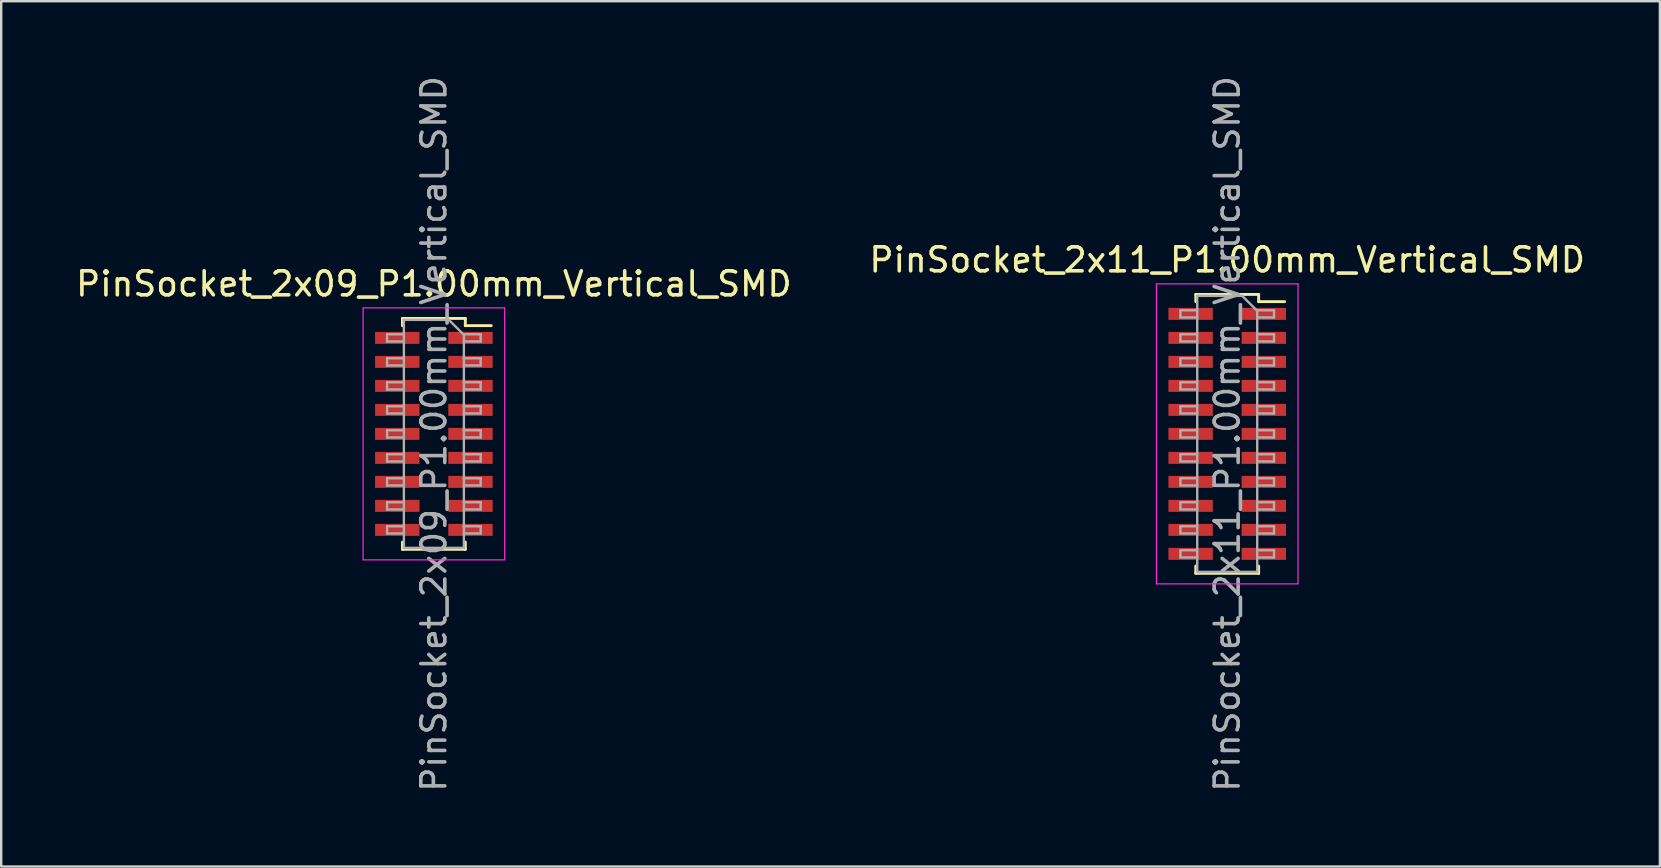
<source format=kicad_pcb>
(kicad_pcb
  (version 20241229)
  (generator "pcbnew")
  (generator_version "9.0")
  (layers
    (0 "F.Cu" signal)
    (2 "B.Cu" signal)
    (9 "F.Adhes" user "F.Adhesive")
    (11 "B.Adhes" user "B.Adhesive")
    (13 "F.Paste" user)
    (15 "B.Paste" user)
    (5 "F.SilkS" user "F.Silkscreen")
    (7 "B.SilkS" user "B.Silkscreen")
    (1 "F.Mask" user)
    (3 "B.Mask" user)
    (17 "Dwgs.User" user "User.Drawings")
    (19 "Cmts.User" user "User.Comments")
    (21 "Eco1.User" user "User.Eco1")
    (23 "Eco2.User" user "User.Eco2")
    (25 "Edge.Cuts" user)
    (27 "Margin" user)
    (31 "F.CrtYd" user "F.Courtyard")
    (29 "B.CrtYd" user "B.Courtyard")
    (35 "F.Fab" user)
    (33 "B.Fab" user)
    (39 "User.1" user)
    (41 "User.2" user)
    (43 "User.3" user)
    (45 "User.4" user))
  (footprint "PinSocket_2x09_P1.00mm_Vertical_SMD"
    (layer "F.Cu")
    (at 15.03 15.03)
    (property "Reference" "PinSocket_2x09_P1.00mm_Vertical_SMD" (at 0 -6.25 0) (layer "F.SilkS") (effects (font (size 1 1) (thickness 0.15))))
    (attr smd)
    (fp_line (start -1.31 -4.81) (end -1.31 -4.51) (stroke (width 0.12) (type solid)) (layer "F.SilkS"))
    (fp_line (start -1.31 -4.81) (end 1.31 -4.81) (stroke (width 0.12) (type solid)) (layer "F.SilkS"))
    (fp_line (start -1.31 4.51) (end -1.31 4.81) (stroke (width 0.12) (type solid)) (layer "F.SilkS"))
    (fp_line (start -1.31 4.81) (end 1.31 4.81) (stroke (width 0.12) (type solid)) (layer "F.SilkS"))
    (fp_line (start 1.31 -4.81) (end 1.31 -4.51) (stroke (width 0.12) (type solid)) (layer "F.SilkS"))
    (fp_line (start 1.31 -4.51) (end 2.39 -4.51) (stroke (width 0.12) (type solid)) (layer "F.SilkS"))
    (fp_line (start 1.31 4.51) (end 1.31 4.81) (stroke (width 0.12) (type solid)) (layer "F.SilkS"))
    (fp_line (start -2.95 -5.25) (end 2.95 -5.25) (stroke (width 0.05) (type solid)) (layer "F.CrtYd"))
    (fp_line (start -2.95 5.25) (end -2.95 -5.25) (stroke (width 0.05) (type solid)) (layer "F.CrtYd"))
    (fp_line (start 2.95 -5.25) (end 2.95 5.25) (stroke (width 0.05) (type solid)) (layer "F.CrtYd"))
    (fp_line (start 2.95 5.25) (end -2.95 5.25) (stroke (width 0.05) (type solid)) (layer "F.CrtYd"))
    (fp_line (start -1.95 -4.15) (end -1.25 -4.15) (stroke (width 0.1) (type solid)) (layer "F.Fab"))
    (fp_line (start -1.95 -3.85) (end -1.95 -4.15) (stroke (width 0.1) (type solid)) (layer "F.Fab"))
    (fp_line (start -1.95 -3.15) (end -1.25 -3.15) (stroke (width 0.1) (type solid)) (layer "F.Fab"))
    (fp_line (start -1.95 -2.85) (end -1.95 -3.15) (stroke (width 0.1) (type solid)) (layer "F.Fab"))
    (fp_line (start -1.95 -2.15) (end -1.25 -2.15) (stroke (width 0.1) (type solid)) (layer "F.Fab"))
    (fp_line (start -1.95 -1.85) (end -1.95 -2.15) (stroke (width 0.1) (type solid)) (layer "F.Fab"))
    (fp_line (start -1.95 -1.15) (end -1.25 -1.15) (stroke (width 0.1) (type solid)) (layer "F.Fab"))
    (fp_line (start -1.95 -0.85) (end -1.95 -1.15) (stroke (width 0.1) (type solid)) (layer "F.Fab"))
    (fp_line (start -1.95 -0.15) (end -1.25 -0.15) (stroke (width 0.1) (type solid)) (layer "F.Fab"))
    (fp_line (start -1.95 0.15) (end -1.95 -0.15) (stroke (width 0.1) (type solid)) (layer "F.Fab"))
    (fp_line (start -1.95 0.85) (end -1.25 0.85) (stroke (width 0.1) (type solid)) (layer "F.Fab"))
    (fp_line (start -1.95 1.15) (end -1.95 0.85) (stroke (width 0.1) (type solid)) (layer "F.Fab"))
    (fp_line (start -1.95 1.85) (end -1.25 1.85) (stroke (width 0.1) (type solid)) (layer "F.Fab"))
    (fp_line (start -1.95 2.15) (end -1.95 1.85) (stroke (width 0.1) (type solid)) (layer "F.Fab"))
    (fp_line (start -1.95 2.85) (end -1.25 2.85) (stroke (width 0.1) (type solid)) (layer "F.Fab"))
    (fp_line (start -1.95 3.15) (end -1.95 2.85) (stroke (width 0.1) (type solid)) (layer "F.Fab"))
    (fp_line (start -1.95 3.85) (end -1.25 3.85) (stroke (width 0.1) (type solid)) (layer "F.Fab"))
    (fp_line (start -1.95 4.15) (end -1.95 3.85) (stroke (width 0.1) (type solid)) (layer "F.Fab"))
    (fp_line (start -1.25 -4.75) (end 0.625 -4.75) (stroke (width 0.1) (type solid)) (layer "F.Fab"))
    (fp_line (start -1.25 -3.85) (end -1.95 -3.85) (stroke (width 0.1) (type solid)) (layer "F.Fab"))
    (fp_line (start -1.25 -2.85) (end -1.95 -2.85) (stroke (width 0.1) (type solid)) (layer "F.Fab"))
    (fp_line (start -1.25 -1.85) (end -1.95 -1.85) (stroke (width 0.1) (type solid)) (layer "F.Fab"))
    (fp_line (start -1.25 -0.85) (end -1.95 -0.85) (stroke (width 0.1) (type solid)) (layer "F.Fab"))
    (fp_line (start -1.25 0.15) (end -1.95 0.15) (stroke (width 0.1) (type solid)) (layer "F.Fab"))
    (fp_line (start -1.25 1.15) (end -1.95 1.15) (stroke (width 0.1) (type solid)) (layer "F.Fab"))
    (fp_line (start -1.25 2.15) (end -1.95 2.15) (stroke (width 0.1) (type solid)) (layer "F.Fab"))
    (fp_line (start -1.25 3.15) (end -1.95 3.15) (stroke (width 0.1) (type solid)) (layer "F.Fab"))
    (fp_line (start -1.25 4.15) (end -1.95 4.15) (stroke (width 0.1) (type solid)) (layer "F.Fab"))
    (fp_line (start -1.25 4.75) (end -1.25 -4.75) (stroke (width 0.1) (type solid)) (layer "F.Fab"))
    (fp_line (start 0.625 -4.75) (end 1.25 -4.125) (stroke (width 0.1) (type solid)) (layer "F.Fab"))
    (fp_line (start 1.25 -4.15) (end 1.95 -4.15) (stroke (width 0.1) (type solid)) (layer "F.Fab"))
    (fp_line (start 1.25 -4.125) (end 1.25 4.75) (stroke (width 0.1) (type solid)) (layer "F.Fab"))
    (fp_line (start 1.25 -3.15) (end 1.95 -3.15) (stroke (width 0.1) (type solid)) (layer "F.Fab"))
    (fp_line (start 1.25 -2.15) (end 1.95 -2.15) (stroke (width 0.1) (type solid)) (layer "F.Fab"))
    (fp_line (start 1.25 -1.15) (end 1.95 -1.15) (stroke (width 0.1) (type solid)) (layer "F.Fab"))
    (fp_line (start 1.25 -0.15) (end 1.95 -0.15) (stroke (width 0.1) (type solid)) (layer "F.Fab"))
    (fp_line (start 1.25 0.85) (end 1.95 0.85) (stroke (width 0.1) (type solid)) (layer "F.Fab"))
    (fp_line (start 1.25 1.85) (end 1.95 1.85) (stroke (width 0.1) (type solid)) (layer "F.Fab"))
    (fp_line (start 1.25 2.85) (end 1.95 2.85) (stroke (width 0.1) (type solid)) (layer "F.Fab"))
    (fp_line (start 1.25 3.85) (end 1.95 3.85) (stroke (width 0.1) (type solid)) (layer "F.Fab"))
    (fp_line (start 1.25 4.75) (end -1.25 4.75) (stroke (width 0.1) (type solid)) (layer "F.Fab"))
    (fp_line (start 1.95 -4.15) (end 1.95 -3.85) (stroke (width 0.1) (type solid)) (layer "F.Fab"))
    (fp_line (start 1.95 -3.85) (end 1.25 -3.85) (stroke (width 0.1) (type solid)) (layer "F.Fab"))
    (fp_line (start 1.95 -3.15) (end 1.95 -2.85) (stroke (width 0.1) (type solid)) (layer "F.Fab"))
    (fp_line (start 1.95 -2.85) (end 1.25 -2.85) (stroke (width 0.1) (type solid)) (layer "F.Fab"))
    (fp_line (start 1.95 -2.15) (end 1.95 -1.85) (stroke (width 0.1) (type solid)) (layer "F.Fab"))
    (fp_line (start 1.95 -1.85) (end 1.25 -1.85) (stroke (width 0.1) (type solid)) (layer "F.Fab"))
    (fp_line (start 1.95 -1.15) (end 1.95 -0.85) (stroke (width 0.1) (type solid)) (layer "F.Fab"))
    (fp_line (start 1.95 -0.85) (end 1.25 -0.85) (stroke (width 0.1) (type solid)) (layer "F.Fab"))
    (fp_line (start 1.95 -0.15) (end 1.95 0.15) (stroke (width 0.1) (type solid)) (layer "F.Fab"))
    (fp_line (start 1.95 0.15) (end 1.25 0.15) (stroke (width 0.1) (type solid)) (layer "F.Fab"))
    (fp_line (start 1.95 0.85) (end 1.95 1.15) (stroke (width 0.1) (type solid)) (layer "F.Fab"))
    (fp_line (start 1.95 1.15) (end 1.25 1.15) (stroke (width 0.1) (type solid)) (layer "F.Fab"))
    (fp_line (start 1.95 1.85) (end 1.95 2.15) (stroke (width 0.1) (type solid)) (layer "F.Fab"))
    (fp_line (start 1.95 2.15) (end 1.25 2.15) (stroke (width 0.1) (type solid)) (layer "F.Fab"))
    (fp_line (start 1.95 2.85) (end 1.95 3.15) (stroke (width 0.1) (type solid)) (layer "F.Fab"))
    (fp_line (start 1.95 3.15) (end 1.25 3.15) (stroke (width 0.1) (type solid)) (layer "F.Fab"))
    (fp_line (start 1.95 3.85) (end 1.95 4.15) (stroke (width 0.1) (type solid)) (layer "F.Fab"))
    (fp_line (start 1.95 4.15) (end 1.25 4.15) (stroke (width 0.1) (type solid)) (layer "F.Fab"))
    (fp_text user "${REFERENCE}" (at 0 0 90) (layer "F.Fab") (effects (font (size 1 1) (thickness 0.15))))
    (pad "1" smd rect (at 1.525 -4) (size 1.85 0.5) (layers "F.Cu" "F.Mask" "F.Paste"))
    (pad "2" smd rect (at -1.525 -4) (size 1.85 0.5) (layers "F.Cu" "F.Mask" "F.Paste"))
    (pad "3" smd rect (at 1.525 -3) (size 1.85 0.5) (layers "F.Cu" "F.Mask" "F.Paste"))
    (pad "4" smd rect (at -1.525 -3) (size 1.85 0.5) (layers "F.Cu" "F.Mask" "F.Paste"))
    (pad "5" smd rect (at 1.525 -2) (size 1.85 0.5) (layers "F.Cu" "F.Mask" "F.Paste"))
    (pad "6" smd rect (at -1.525 -2) (size 1.85 0.5) (layers "F.Cu" "F.Mask" "F.Paste"))
    (pad "7" smd rect (at 1.525 -1) (size 1.85 0.5) (layers "F.Cu" "F.Mask" "F.Paste"))
    (pad "8" smd rect (at -1.525 -1) (size 1.85 0.5) (layers "F.Cu" "F.Mask" "F.Paste"))
    (pad "9" smd rect (at 1.525 0) (size 1.85 0.5) (layers "F.Cu" "F.Mask" "F.Paste"))
    (pad "10" smd rect (at -1.525 0) (size 1.85 0.5) (layers "F.Cu" "F.Mask" "F.Paste"))
    (pad "11" smd rect (at 1.525 1) (size 1.85 0.5) (layers "F.Cu" "F.Mask" "F.Paste"))
    (pad "12" smd rect (at -1.525 1) (size 1.85 0.5) (layers "F.Cu" "F.Mask" "F.Paste"))
    (pad "13" smd rect (at 1.525 2) (size 1.85 0.5) (layers "F.Cu" "F.Mask" "F.Paste"))
    (pad "14" smd rect (at -1.525 2) (size 1.85 0.5) (layers "F.Cu" "F.Mask" "F.Paste"))
    (pad "15" smd rect (at 1.525 3) (size 1.85 0.5) (layers "F.Cu" "F.Mask" "F.Paste"))
    (pad "16" smd rect (at -1.525 3) (size 1.85 0.5) (layers "F.Cu" "F.Mask" "F.Paste"))
    (pad "17" smd rect (at 1.525 4) (size 1.85 0.5) (layers "F.Cu" "F.Mask" "F.Paste"))
    (pad "18" smd rect (at -1.525 4) (size 1.85 0.5) (layers "F.Cu" "F.Mask" "F.Paste")))
  (footprint "PinSocket_2x11_P1.00mm_Vertical_SMD"
    (layer "F.Cu")
    (at 48.089 15.03)
    (property "Reference" "PinSocket_2x11_P1.00mm_Vertical_SMD" (at 0 -7.25 0) (layer "F.SilkS") (effects (font (size 1 1) (thickness 0.15))))
    (attr smd)
    (fp_line (start -1.31 -5.81) (end -1.31 -5.51) (stroke (width 0.12) (type solid)) (layer "F.SilkS"))
    (fp_line (start -1.31 -5.81) (end 1.31 -5.81) (stroke (width 0.12) (type solid)) (layer "F.SilkS"))
    (fp_line (start -1.31 5.51) (end -1.31 5.81) (stroke (width 0.12) (type solid)) (layer "F.SilkS"))
    (fp_line (start -1.31 5.81) (end 1.31 5.81) (stroke (width 0.12) (type solid)) (layer "F.SilkS"))
    (fp_line (start 1.31 -5.81) (end 1.31 -5.51) (stroke (width 0.12) (type solid)) (layer "F.SilkS"))
    (fp_line (start 1.31 -5.51) (end 2.39 -5.51) (stroke (width 0.12) (type solid)) (layer "F.SilkS"))
    (fp_line (start 1.31 5.51) (end 1.31 5.81) (stroke (width 0.12) (type solid)) (layer "F.SilkS"))
    (fp_line (start -2.95 -6.25) (end 2.95 -6.25) (stroke (width 0.05) (type solid)) (layer "F.CrtYd"))
    (fp_line (start -2.95 6.25) (end -2.95 -6.25) (stroke (width 0.05) (type solid)) (layer "F.CrtYd"))
    (fp_line (start 2.95 -6.25) (end 2.95 6.25) (stroke (width 0.05) (type solid)) (layer "F.CrtYd"))
    (fp_line (start 2.95 6.25) (end -2.95 6.25) (stroke (width 0.05) (type solid)) (layer "F.CrtYd"))
    (fp_line (start -1.95 -5.15) (end -1.25 -5.15) (stroke (width 0.1) (type solid)) (layer "F.Fab"))
    (fp_line (start -1.95 -4.85) (end -1.95 -5.15) (stroke (width 0.1) (type solid)) (layer "F.Fab"))
    (fp_line (start -1.95 -4.15) (end -1.25 -4.15) (stroke (width 0.1) (type solid)) (layer "F.Fab"))
    (fp_line (start -1.95 -3.85) (end -1.95 -4.15) (stroke (width 0.1) (type solid)) (layer "F.Fab"))
    (fp_line (start -1.95 -3.15) (end -1.25 -3.15) (stroke (width 0.1) (type solid)) (layer "F.Fab"))
    (fp_line (start -1.95 -2.85) (end -1.95 -3.15) (stroke (width 0.1) (type solid)) (layer "F.Fab"))
    (fp_line (start -1.95 -2.15) (end -1.25 -2.15) (stroke (width 0.1) (type solid)) (layer "F.Fab"))
    (fp_line (start -1.95 -1.85) (end -1.95 -2.15) (stroke (width 0.1) (type solid)) (layer "F.Fab"))
    (fp_line (start -1.95 -1.15) (end -1.25 -1.15) (stroke (width 0.1) (type solid)) (layer "F.Fab"))
    (fp_line (start -1.95 -0.85) (end -1.95 -1.15) (stroke (width 0.1) (type solid)) (layer "F.Fab"))
    (fp_line (start -1.95 -0.15) (end -1.25 -0.15) (stroke (width 0.1) (type solid)) (layer "F.Fab"))
    (fp_line (start -1.95 0.15) (end -1.95 -0.15) (stroke (width 0.1) (type solid)) (layer "F.Fab"))
    (fp_line (start -1.95 0.85) (end -1.25 0.85) (stroke (width 0.1) (type solid)) (layer "F.Fab"))
    (fp_line (start -1.95 1.15) (end -1.95 0.85) (stroke (width 0.1) (type solid)) (layer "F.Fab"))
    (fp_line (start -1.95 1.85) (end -1.25 1.85) (stroke (width 0.1) (type solid)) (layer "F.Fab"))
    (fp_line (start -1.95 2.15) (end -1.95 1.85) (stroke (width 0.1) (type solid)) (layer "F.Fab"))
    (fp_line (start -1.95 2.85) (end -1.25 2.85) (stroke (width 0.1) (type solid)) (layer "F.Fab"))
    (fp_line (start -1.95 3.15) (end -1.95 2.85) (stroke (width 0.1) (type solid)) (layer "F.Fab"))
    (fp_line (start -1.95 3.85) (end -1.25 3.85) (stroke (width 0.1) (type solid)) (layer "F.Fab"))
    (fp_line (start -1.95 4.15) (end -1.95 3.85) (stroke (width 0.1) (type solid)) (layer "F.Fab"))
    (fp_line (start -1.95 4.85) (end -1.25 4.85) (stroke (width 0.1) (type solid)) (layer "F.Fab"))
    (fp_line (start -1.95 5.15) (end -1.95 4.85) (stroke (width 0.1) (type solid)) (layer "F.Fab"))
    (fp_line (start -1.25 -5.75) (end 0.625 -5.75) (stroke (width 0.1) (type solid)) (layer "F.Fab"))
    (fp_line (start -1.25 -4.85) (end -1.95 -4.85) (stroke (width 0.1) (type solid)) (layer "F.Fab"))
    (fp_line (start -1.25 -3.85) (end -1.95 -3.85) (stroke (width 0.1) (type solid)) (layer "F.Fab"))
    (fp_line (start -1.25 -2.85) (end -1.95 -2.85) (stroke (width 0.1) (type solid)) (layer "F.Fab"))
    (fp_line (start -1.25 -1.85) (end -1.95 -1.85) (stroke (width 0.1) (type solid)) (layer "F.Fab"))
    (fp_line (start -1.25 -0.85) (end -1.95 -0.85) (stroke (width 0.1) (type solid)) (layer "F.Fab"))
    (fp_line (start -1.25 0.15) (end -1.95 0.15) (stroke (width 0.1) (type solid)) (layer "F.Fab"))
    (fp_line (start -1.25 1.15) (end -1.95 1.15) (stroke (width 0.1) (type solid)) (layer "F.Fab"))
    (fp_line (start -1.25 2.15) (end -1.95 2.15) (stroke (width 0.1) (type solid)) (layer "F.Fab"))
    (fp_line (start -1.25 3.15) (end -1.95 3.15) (stroke (width 0.1) (type solid)) (layer "F.Fab"))
    (fp_line (start -1.25 4.15) (end -1.95 4.15) (stroke (width 0.1) (type solid)) (layer "F.Fab"))
    (fp_line (start -1.25 5.15) (end -1.95 5.15) (stroke (width 0.1) (type solid)) (layer "F.Fab"))
    (fp_line (start -1.25 5.75) (end -1.25 -5.75) (stroke (width 0.1) (type solid)) (layer "F.Fab"))
    (fp_line (start 0.625 -5.75) (end 1.25 -5.125) (stroke (width 0.1) (type solid)) (layer "F.Fab"))
    (fp_line (start 1.25 -5.15) (end 1.95 -5.15) (stroke (width 0.1) (type solid)) (layer "F.Fab"))
    (fp_line (start 1.25 -5.125) (end 1.25 5.75) (stroke (width 0.1) (type solid)) (layer "F.Fab"))
    (fp_line (start 1.25 -4.15) (end 1.95 -4.15) (stroke (width 0.1) (type solid)) (layer "F.Fab"))
    (fp_line (start 1.25 -3.15) (end 1.95 -3.15) (stroke (width 0.1) (type solid)) (layer "F.Fab"))
    (fp_line (start 1.25 -2.15) (end 1.95 -2.15) (stroke (width 0.1) (type solid)) (layer "F.Fab"))
    (fp_line (start 1.25 -1.15) (end 1.95 -1.15) (stroke (width 0.1) (type solid)) (layer "F.Fab"))
    (fp_line (start 1.25 -0.15) (end 1.95 -0.15) (stroke (width 0.1) (type solid)) (layer "F.Fab"))
    (fp_line (start 1.25 0.85) (end 1.95 0.85) (stroke (width 0.1) (type solid)) (layer "F.Fab"))
    (fp_line (start 1.25 1.85) (end 1.95 1.85) (stroke (width 0.1) (type solid)) (layer "F.Fab"))
    (fp_line (start 1.25 2.85) (end 1.95 2.85) (stroke (width 0.1) (type solid)) (layer "F.Fab"))
    (fp_line (start 1.25 3.85) (end 1.95 3.85) (stroke (width 0.1) (type solid)) (layer "F.Fab"))
    (fp_line (start 1.25 4.85) (end 1.95 4.85) (stroke (width 0.1) (type solid)) (layer "F.Fab"))
    (fp_line (start 1.25 5.75) (end -1.25 5.75) (stroke (width 0.1) (type solid)) (layer "F.Fab"))
    (fp_line (start 1.95 -5.15) (end 1.95 -4.85) (stroke (width 0.1) (type solid)) (layer "F.Fab"))
    (fp_line (start 1.95 -4.85) (end 1.25 -4.85) (stroke (width 0.1) (type solid)) (layer "F.Fab"))
    (fp_line (start 1.95 -4.15) (end 1.95 -3.85) (stroke (width 0.1) (type solid)) (layer "F.Fab"))
    (fp_line (start 1.95 -3.85) (end 1.25 -3.85) (stroke (width 0.1) (type solid)) (layer "F.Fab"))
    (fp_line (start 1.95 -3.15) (end 1.95 -2.85) (stroke (width 0.1) (type solid)) (layer "F.Fab"))
    (fp_line (start 1.95 -2.85) (end 1.25 -2.85) (stroke (width 0.1) (type solid)) (layer "F.Fab"))
    (fp_line (start 1.95 -2.15) (end 1.95 -1.85) (stroke (width 0.1) (type solid)) (layer "F.Fab"))
    (fp_line (start 1.95 -1.85) (end 1.25 -1.85) (stroke (width 0.1) (type solid)) (layer "F.Fab"))
    (fp_line (start 1.95 -1.15) (end 1.95 -0.85) (stroke (width 0.1) (type solid)) (layer "F.Fab"))
    (fp_line (start 1.95 -0.85) (end 1.25 -0.85) (stroke (width 0.1) (type solid)) (layer "F.Fab"))
    (fp_line (start 1.95 -0.15) (end 1.95 0.15) (stroke (width 0.1) (type solid)) (layer "F.Fab"))
    (fp_line (start 1.95 0.15) (end 1.25 0.15) (stroke (width 0.1) (type solid)) (layer "F.Fab"))
    (fp_line (start 1.95 0.85) (end 1.95 1.15) (stroke (width 0.1) (type solid)) (layer "F.Fab"))
    (fp_line (start 1.95 1.15) (end 1.25 1.15) (stroke (width 0.1) (type solid)) (layer "F.Fab"))
    (fp_line (start 1.95 1.85) (end 1.95 2.15) (stroke (width 0.1) (type solid)) (layer "F.Fab"))
    (fp_line (start 1.95 2.15) (end 1.25 2.15) (stroke (width 0.1) (type solid)) (layer "F.Fab"))
    (fp_line (start 1.95 2.85) (end 1.95 3.15) (stroke (width 0.1) (type solid)) (layer "F.Fab"))
    (fp_line (start 1.95 3.15) (end 1.25 3.15) (stroke (width 0.1) (type solid)) (layer "F.Fab"))
    (fp_line (start 1.95 3.85) (end 1.95 4.15) (stroke (width 0.1) (type solid)) (layer "F.Fab"))
    (fp_line (start 1.95 4.15) (end 1.25 4.15) (stroke (width 0.1) (type solid)) (layer "F.Fab"))
    (fp_line (start 1.95 4.85) (end 1.95 5.15) (stroke (width 0.1) (type solid)) (layer "F.Fab"))
    (fp_line (start 1.95 5.15) (end 1.25 5.15) (stroke (width 0.1) (type solid)) (layer "F.Fab"))
    (fp_text user "${REFERENCE}" (at 0 0 90) (layer "F.Fab") (effects (font (size 1 1) (thickness 0.15))))
    (pad "1" smd rect (at 1.525 -5) (size 1.85 0.5) (layers "F.Cu" "F.Mask" "F.Paste"))
    (pad "2" smd rect (at -1.525 -5) (size 1.85 0.5) (layers "F.Cu" "F.Mask" "F.Paste"))
    (pad "3" smd rect (at 1.525 -4) (size 1.85 0.5) (layers "F.Cu" "F.Mask" "F.Paste"))
    (pad "4" smd rect (at -1.525 -4) (size 1.85 0.5) (layers "F.Cu" "F.Mask" "F.Paste"))
    (pad "5" smd rect (at 1.525 -3) (size 1.85 0.5) (layers "F.Cu" "F.Mask" "F.Paste"))
    (pad "6" smd rect (at -1.525 -3) (size 1.85 0.5) (layers "F.Cu" "F.Mask" "F.Paste"))
    (pad "7" smd rect (at 1.525 -2) (size 1.85 0.5) (layers "F.Cu" "F.Mask" "F.Paste"))
    (pad "8" smd rect (at -1.525 -2) (size 1.85 0.5) (layers "F.Cu" "F.Mask" "F.Paste"))
    (pad "9" smd rect (at 1.525 -1) (size 1.85 0.5) (layers "F.Cu" "F.Mask" "F.Paste"))
    (pad "10" smd rect (at -1.525 -1) (size 1.85 0.5) (layers "F.Cu" "F.Mask" "F.Paste"))
    (pad "11" smd rect (at 1.525 0) (size 1.85 0.5) (layers "F.Cu" "F.Mask" "F.Paste"))
    (pad "12" smd rect (at -1.525 0) (size 1.85 0.5) (layers "F.Cu" "F.Mask" "F.Paste"))
    (pad "13" smd rect (at 1.525 1) (size 1.85 0.5) (layers "F.Cu" "F.Mask" "F.Paste"))
    (pad "14" smd rect (at -1.525 1) (size 1.85 0.5) (layers "F.Cu" "F.Mask" "F.Paste"))
    (pad "15" smd rect (at 1.525 2) (size 1.85 0.5) (layers "F.Cu" "F.Mask" "F.Paste"))
    (pad "16" smd rect (at -1.525 2) (size 1.85 0.5) (layers "F.Cu" "F.Mask" "F.Paste"))
    (pad "17" smd rect (at 1.525 3) (size 1.85 0.5) (layers "F.Cu" "F.Mask" "F.Paste"))
    (pad "18" smd rect (at -1.525 3) (size 1.85 0.5) (layers "F.Cu" "F.Mask" "F.Paste"))
    (pad "19" smd rect (at 1.525 4) (size 1.85 0.5) (layers "F.Cu" "F.Mask" "F.Paste"))
    (pad "20" smd rect (at -1.525 4) (size 1.85 0.5) (layers "F.Cu" "F.Mask" "F.Paste"))
    (pad "21" smd rect (at 1.525 5) (size 1.85 0.5) (layers "F.Cu" "F.Mask" "F.Paste"))
    (pad "22" smd rect (at -1.525 5) (size 1.85 0.5) (layers "F.Cu" "F.Mask" "F.Paste")))
  (gr_rect
    (start -3 -3)
    (end 66.119 33.06)
    (stroke (width 0.1) (type default))
    (fill no)
    (layer "Edge.Cuts")))
</source>
